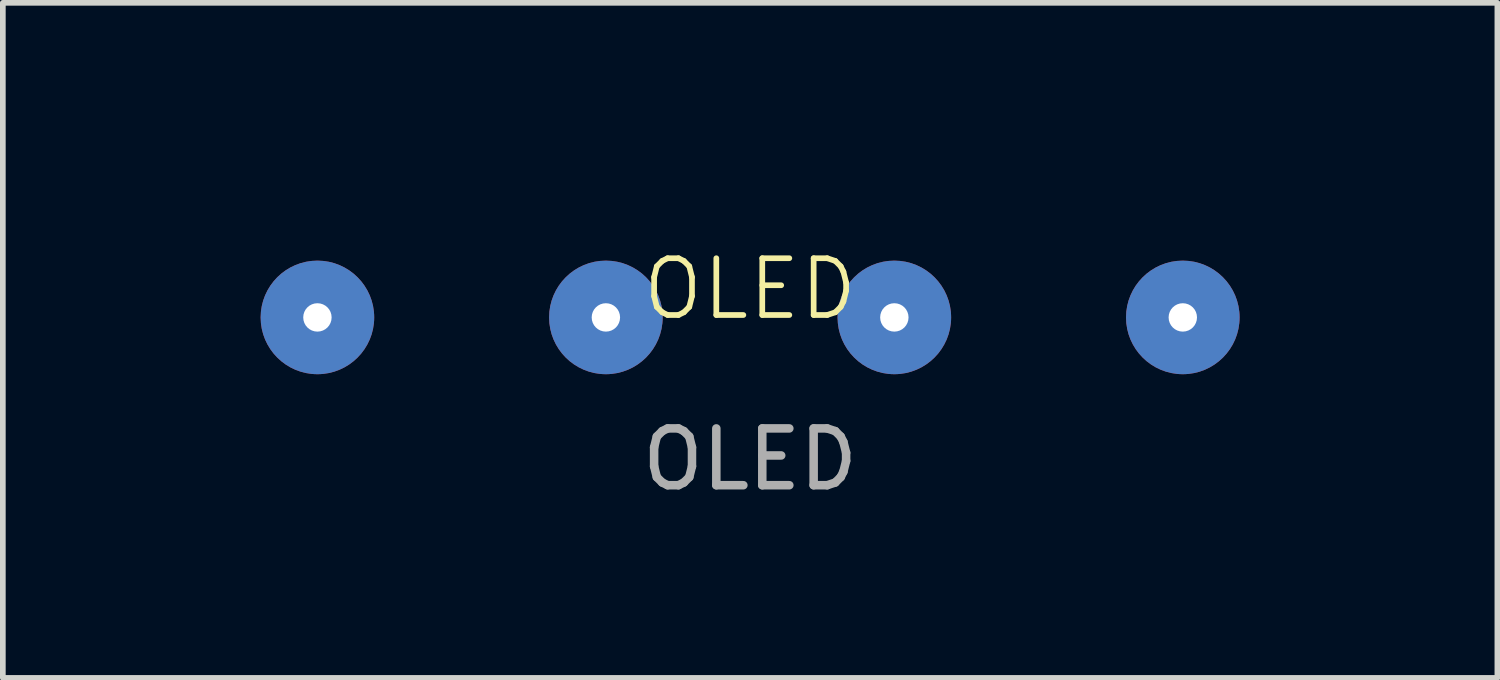
<source format=kicad_pcb>
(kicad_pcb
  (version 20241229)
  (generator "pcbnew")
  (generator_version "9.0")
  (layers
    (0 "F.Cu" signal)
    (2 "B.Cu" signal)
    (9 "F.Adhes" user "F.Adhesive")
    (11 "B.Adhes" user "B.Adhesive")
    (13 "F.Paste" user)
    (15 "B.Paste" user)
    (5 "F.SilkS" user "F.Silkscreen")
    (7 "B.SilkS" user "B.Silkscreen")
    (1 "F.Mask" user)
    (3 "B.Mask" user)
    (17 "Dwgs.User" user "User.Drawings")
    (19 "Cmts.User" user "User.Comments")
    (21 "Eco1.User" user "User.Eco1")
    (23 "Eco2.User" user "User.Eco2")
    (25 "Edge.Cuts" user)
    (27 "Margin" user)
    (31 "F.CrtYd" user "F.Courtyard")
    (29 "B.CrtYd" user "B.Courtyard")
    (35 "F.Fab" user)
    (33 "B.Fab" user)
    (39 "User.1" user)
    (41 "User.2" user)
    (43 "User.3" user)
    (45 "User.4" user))
  (footprint "OLED"
    (layer "F.Cu")
    (at 10.16 2.54)
    (property "Reference" "OLED" (at 0 -0.5 0) (unlocked yes) (layer "F.SilkS") (effects (font (size 1 1) (thickness 0.1))))
    (attr through_hole)
    (fp_text user "${REFERENCE}" (at 0 2.5 0) (unlocked yes) (layer "F.Fab") (effects (font (size 1 1) (thickness 0.15))))
    (pad "1" thru_hole circle (at -7.62 0) (size 2 2) (drill 0.5) (layers "*.Cu" "*.Mask"))
    (pad "2" thru_hole circle (at -2.54 0) (size 2 2) (drill 0.5) (layers "*.Cu" "*.Mask"))
    (pad "3" thru_hole circle (at 2.54 0) (size 2 2) (drill 0.5) (layers "*.Cu" "*.Mask"))
    (pad "4" thru_hole circle (at 7.62 0) (size 2 2) (drill 0.5) (layers "*.Cu" "*.Mask"))
    (zone (net_name "") (layer "F.SilkS") (hatch edge 0.5) (connect_pads) (min_thickness 0.25) (filled_areas_thickness no) (keepout (tracks not_allowed) (vias not_allowed) (pads not_allowed) (copperpour allowed) (footprints allowed)) (placement (enabled no)) (fill) (polygon (pts (xy 20.32 5.08) (xy 0 5.08) (xy 0 0) (xy 20.32 0)))))
  (gr_rect
    (start -3 -3)
    (end 23.32 8.888)
    (stroke (width 0.1) (type default))
    (fill no)
    (layer "Edge.Cuts")))
</source>
